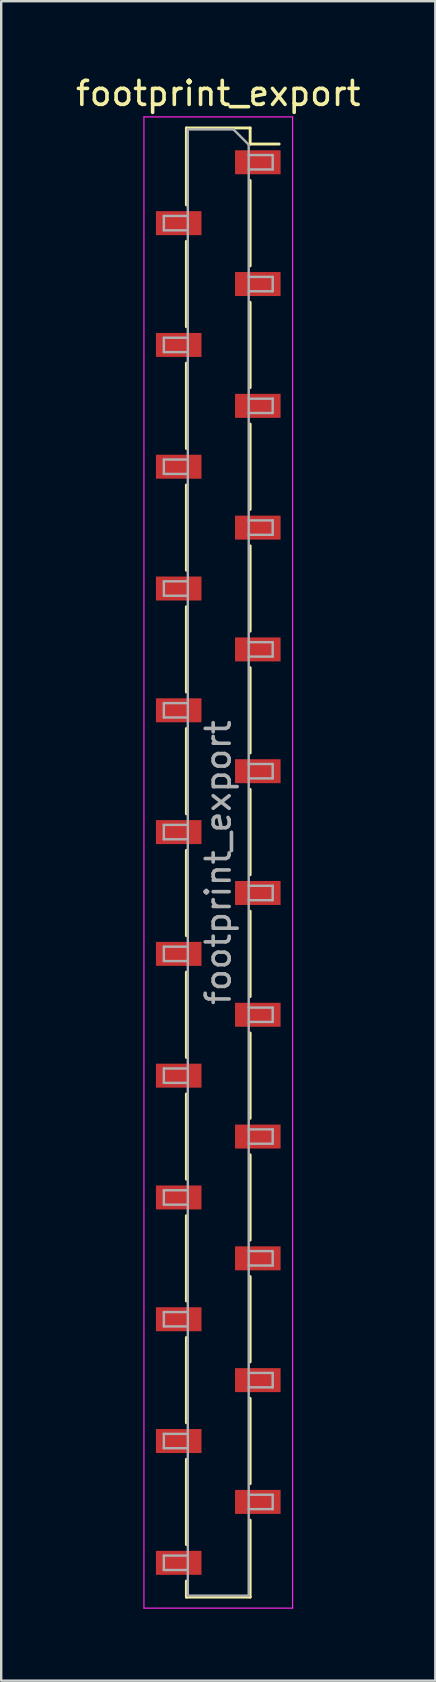
<source format=kicad_pcb>
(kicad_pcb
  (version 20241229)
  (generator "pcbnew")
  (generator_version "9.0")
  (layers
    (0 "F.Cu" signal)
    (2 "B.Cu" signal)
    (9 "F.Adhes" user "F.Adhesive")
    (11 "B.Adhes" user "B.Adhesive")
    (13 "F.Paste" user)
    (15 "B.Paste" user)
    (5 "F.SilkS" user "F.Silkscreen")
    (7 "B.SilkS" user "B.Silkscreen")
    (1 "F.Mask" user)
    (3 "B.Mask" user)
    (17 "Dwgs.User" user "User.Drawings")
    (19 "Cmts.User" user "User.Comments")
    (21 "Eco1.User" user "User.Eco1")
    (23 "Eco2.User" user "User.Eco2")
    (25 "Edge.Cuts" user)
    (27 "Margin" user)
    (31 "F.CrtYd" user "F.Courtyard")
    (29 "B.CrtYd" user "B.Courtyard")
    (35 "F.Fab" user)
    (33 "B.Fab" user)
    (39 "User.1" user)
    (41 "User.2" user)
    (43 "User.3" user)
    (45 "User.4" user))
  (footprint "footprint_export"
    (layer "F.Cu")
    (at 6.054 32.928)
    (property "Reference" "footprint_export" (at 0 -32.08 0) (layer "F.SilkS") (effects (font (size 1 1) (thickness 0.15))))
    (attr smd)
    (fp_line (start -1.33 -30.64) (end -1.33 -27.43) (stroke (width 0.12) (type solid)) (layer "F.SilkS"))
    (fp_line (start -1.33 -30.64) (end 1.33 -30.64) (stroke (width 0.12) (type solid)) (layer "F.SilkS"))
    (fp_line (start -1.33 -25.91) (end -1.33 -22.35) (stroke (width 0.12) (type solid)) (layer "F.SilkS"))
    (fp_line (start -1.33 -20.83) (end -1.33 -17.27) (stroke (width 0.12) (type solid)) (layer "F.SilkS"))
    (fp_line (start -1.33 -15.75) (end -1.33 -12.19) (stroke (width 0.12) (type solid)) (layer "F.SilkS"))
    (fp_line (start -1.33 -10.67) (end -1.33 -7.11) (stroke (width 0.12) (type solid)) (layer "F.SilkS"))
    (fp_line (start -1.33 -5.59) (end -1.33 -2.03) (stroke (width 0.12) (type solid)) (layer "F.SilkS"))
    (fp_line (start -1.33 -0.51) (end -1.33 3.05) (stroke (width 0.12) (type solid)) (layer "F.SilkS"))
    (fp_line (start -1.33 4.57) (end -1.33 8.13) (stroke (width 0.12) (type solid)) (layer "F.SilkS"))
    (fp_line (start -1.33 9.65) (end -1.33 13.21) (stroke (width 0.12) (type solid)) (layer "F.SilkS"))
    (fp_line (start -1.33 14.73) (end -1.33 18.29) (stroke (width 0.12) (type solid)) (layer "F.SilkS"))
    (fp_line (start -1.33 19.81) (end -1.33 23.37) (stroke (width 0.12) (type solid)) (layer "F.SilkS"))
    (fp_line (start -1.33 24.89) (end -1.33 28.45) (stroke (width 0.12) (type solid)) (layer "F.SilkS"))
    (fp_line (start -1.33 29.97) (end -1.33 30.64) (stroke (width 0.12) (type solid)) (layer "F.SilkS"))
    (fp_line (start -1.33 30.64) (end 1.33 30.64) (stroke (width 0.12) (type solid)) (layer "F.SilkS"))
    (fp_line (start 1.33 -30.64) (end 1.33 -29.97) (stroke (width 0.12) (type solid)) (layer "F.SilkS"))
    (fp_line (start 1.33 -29.97) (end 2.54 -29.97) (stroke (width 0.12) (type solid)) (layer "F.SilkS"))
    (fp_line (start 1.33 -28.45) (end 1.33 -24.89) (stroke (width 0.12) (type solid)) (layer "F.SilkS"))
    (fp_line (start 1.33 -23.37) (end 1.33 -19.81) (stroke (width 0.12) (type solid)) (layer "F.SilkS"))
    (fp_line (start 1.33 -18.29) (end 1.33 -14.73) (stroke (width 0.12) (type solid)) (layer "F.SilkS"))
    (fp_line (start 1.33 -13.21) (end 1.33 -9.65) (stroke (width 0.12) (type solid)) (layer "F.SilkS"))
    (fp_line (start 1.33 -8.13) (end 1.33 -4.57) (stroke (width 0.12) (type solid)) (layer "F.SilkS"))
    (fp_line (start 1.33 -3.05) (end 1.33 0.51) (stroke (width 0.12) (type solid)) (layer "F.SilkS"))
    (fp_line (start 1.33 2.03) (end 1.33 5.59) (stroke (width 0.12) (type solid)) (layer "F.SilkS"))
    (fp_line (start 1.33 7.11) (end 1.33 10.67) (stroke (width 0.12) (type solid)) (layer "F.SilkS"))
    (fp_line (start 1.33 12.19) (end 1.33 15.75) (stroke (width 0.12) (type solid)) (layer "F.SilkS"))
    (fp_line (start 1.33 17.27) (end 1.33 20.83) (stroke (width 0.12) (type solid)) (layer "F.SilkS"))
    (fp_line (start 1.33 22.35) (end 1.33 25.91) (stroke (width 0.12) (type solid)) (layer "F.SilkS"))
    (fp_line (start 1.33 27.43) (end 1.33 30.64) (stroke (width 0.12) (type solid)) (layer "F.SilkS"))
    (fp_line (start -3.1 -31.1) (end 3.1 -31.1) (stroke (width 0.05) (type solid)) (layer "F.CrtYd"))
    (fp_line (start -3.1 31.1) (end -3.1 -31.1) (stroke (width 0.05) (type solid)) (layer "F.CrtYd"))
    (fp_line (start 3.1 -31.1) (end 3.1 31.1) (stroke (width 0.05) (type solid)) (layer "F.CrtYd"))
    (fp_line (start 3.1 31.1) (end -3.1 31.1) (stroke (width 0.05) (type solid)) (layer "F.CrtYd"))
    (fp_line (start -2.27 -26.97) (end -1.27 -26.97) (stroke (width 0.1) (type solid)) (layer "F.Fab"))
    (fp_line (start -2.27 -26.37) (end -2.27 -26.97) (stroke (width 0.1) (type solid)) (layer "F.Fab"))
    (fp_line (start -2.27 -21.89) (end -1.27 -21.89) (stroke (width 0.1) (type solid)) (layer "F.Fab"))
    (fp_line (start -2.27 -21.29) (end -2.27 -21.89) (stroke (width 0.1) (type solid)) (layer "F.Fab"))
    (fp_line (start -2.27 -16.81) (end -1.27 -16.81) (stroke (width 0.1) (type solid)) (layer "F.Fab"))
    (fp_line (start -2.27 -16.21) (end -2.27 -16.81) (stroke (width 0.1) (type solid)) (layer "F.Fab"))
    (fp_line (start -2.27 -11.73) (end -1.27 -11.73) (stroke (width 0.1) (type solid)) (layer "F.Fab"))
    (fp_line (start -2.27 -11.13) (end -2.27 -11.73) (stroke (width 0.1) (type solid)) (layer "F.Fab"))
    (fp_line (start -2.27 -6.65) (end -1.27 -6.65) (stroke (width 0.1) (type solid)) (layer "F.Fab"))
    (fp_line (start -2.27 -6.05) (end -2.27 -6.65) (stroke (width 0.1) (type solid)) (layer "F.Fab"))
    (fp_line (start -2.27 -1.57) (end -1.27 -1.57) (stroke (width 0.1) (type solid)) (layer "F.Fab"))
    (fp_line (start -2.27 -0.97) (end -2.27 -1.57) (stroke (width 0.1) (type solid)) (layer "F.Fab"))
    (fp_line (start -2.27 3.51) (end -1.27 3.51) (stroke (width 0.1) (type solid)) (layer "F.Fab"))
    (fp_line (start -2.27 4.11) (end -2.27 3.51) (stroke (width 0.1) (type solid)) (layer "F.Fab"))
    (fp_line (start -2.27 8.59) (end -1.27 8.59) (stroke (width 0.1) (type solid)) (layer "F.Fab"))
    (fp_line (start -2.27 9.19) (end -2.27 8.59) (stroke (width 0.1) (type solid)) (layer "F.Fab"))
    (fp_line (start -2.27 13.67) (end -1.27 13.67) (stroke (width 0.1) (type solid)) (layer "F.Fab"))
    (fp_line (start -2.27 14.27) (end -2.27 13.67) (stroke (width 0.1) (type solid)) (layer "F.Fab"))
    (fp_line (start -2.27 18.75) (end -1.27 18.75) (stroke (width 0.1) (type solid)) (layer "F.Fab"))
    (fp_line (start -2.27 19.35) (end -2.27 18.75) (stroke (width 0.1) (type solid)) (layer "F.Fab"))
    (fp_line (start -2.27 23.83) (end -1.27 23.83) (stroke (width 0.1) (type solid)) (layer "F.Fab"))
    (fp_line (start -2.27 24.43) (end -2.27 23.83) (stroke (width 0.1) (type solid)) (layer "F.Fab"))
    (fp_line (start -2.27 28.91) (end -1.27 28.91) (stroke (width 0.1) (type solid)) (layer "F.Fab"))
    (fp_line (start -2.27 29.51) (end -2.27 28.91) (stroke (width 0.1) (type solid)) (layer "F.Fab"))
    (fp_line (start -1.27 -30.58) (end 0.635 -30.58) (stroke (width 0.1) (type solid)) (layer "F.Fab"))
    (fp_line (start -1.27 -26.37) (end -2.27 -26.37) (stroke (width 0.1) (type solid)) (layer "F.Fab"))
    (fp_line (start -1.27 -21.29) (end -2.27 -21.29) (stroke (width 0.1) (type solid)) (layer "F.Fab"))
    (fp_line (start -1.27 -16.21) (end -2.27 -16.21) (stroke (width 0.1) (type solid)) (layer "F.Fab"))
    (fp_line (start -1.27 -11.13) (end -2.27 -11.13) (stroke (width 0.1) (type solid)) (layer "F.Fab"))
    (fp_line (start -1.27 -6.05) (end -2.27 -6.05) (stroke (width 0.1) (type solid)) (layer "F.Fab"))
    (fp_line (start -1.27 -0.97) (end -2.27 -0.97) (stroke (width 0.1) (type solid)) (layer "F.Fab"))
    (fp_line (start -1.27 4.11) (end -2.27 4.11) (stroke (width 0.1) (type solid)) (layer "F.Fab"))
    (fp_line (start -1.27 9.19) (end -2.27 9.19) (stroke (width 0.1) (type solid)) (layer "F.Fab"))
    (fp_line (start -1.27 14.27) (end -2.27 14.27) (stroke (width 0.1) (type solid)) (layer "F.Fab"))
    (fp_line (start -1.27 19.35) (end -2.27 19.35) (stroke (width 0.1) (type solid)) (layer "F.Fab"))
    (fp_line (start -1.27 24.43) (end -2.27 24.43) (stroke (width 0.1) (type solid)) (layer "F.Fab"))
    (fp_line (start -1.27 29.51) (end -2.27 29.51) (stroke (width 0.1) (type solid)) (layer "F.Fab"))
    (fp_line (start -1.27 30.58) (end -1.27 -30.58) (stroke (width 0.1) (type solid)) (layer "F.Fab"))
    (fp_line (start 0.635 -30.58) (end 1.27 -29.945) (stroke (width 0.1) (type solid)) (layer "F.Fab"))
    (fp_line (start 1.27 -29.945) (end 1.27 30.58) (stroke (width 0.1) (type solid)) (layer "F.Fab"))
    (fp_line (start 1.27 -29.51) (end 2.27 -29.51) (stroke (width 0.1) (type solid)) (layer "F.Fab"))
    (fp_line (start 1.27 -24.43) (end 2.27 -24.43) (stroke (width 0.1) (type solid)) (layer "F.Fab"))
    (fp_line (start 1.27 -19.35) (end 2.27 -19.35) (stroke (width 0.1) (type solid)) (layer "F.Fab"))
    (fp_line (start 1.27 -14.27) (end 2.27 -14.27) (stroke (width 0.1) (type solid)) (layer "F.Fab"))
    (fp_line (start 1.27 -9.19) (end 2.27 -9.19) (stroke (width 0.1) (type solid)) (layer "F.Fab"))
    (fp_line (start 1.27 -4.11) (end 2.27 -4.11) (stroke (width 0.1) (type solid)) (layer "F.Fab"))
    (fp_line (start 1.27 0.97) (end 2.27 0.97) (stroke (width 0.1) (type solid)) (layer "F.Fab"))
    (fp_line (start 1.27 6.05) (end 2.27 6.05) (stroke (width 0.1) (type solid)) (layer "F.Fab"))
    (fp_line (start 1.27 11.13) (end 2.27 11.13) (stroke (width 0.1) (type solid)) (layer "F.Fab"))
    (fp_line (start 1.27 16.21) (end 2.27 16.21) (stroke (width 0.1) (type solid)) (layer "F.Fab"))
    (fp_line (start 1.27 21.29) (end 2.27 21.29) (stroke (width 0.1) (type solid)) (layer "F.Fab"))
    (fp_line (start 1.27 26.37) (end 2.27 26.37) (stroke (width 0.1) (type solid)) (layer "F.Fab"))
    (fp_line (start 1.27 30.58) (end -1.27 30.58) (stroke (width 0.1) (type solid)) (layer "F.Fab"))
    (fp_line (start 2.27 -29.51) (end 2.27 -28.91) (stroke (width 0.1) (type solid)) (layer "F.Fab"))
    (fp_line (start 2.27 -28.91) (end 1.27 -28.91) (stroke (width 0.1) (type solid)) (layer "F.Fab"))
    (fp_line (start 2.27 -24.43) (end 2.27 -23.83) (stroke (width 0.1) (type solid)) (layer "F.Fab"))
    (fp_line (start 2.27 -23.83) (end 1.27 -23.83) (stroke (width 0.1) (type solid)) (layer "F.Fab"))
    (fp_line (start 2.27 -19.35) (end 2.27 -18.75) (stroke (width 0.1) (type solid)) (layer "F.Fab"))
    (fp_line (start 2.27 -18.75) (end 1.27 -18.75) (stroke (width 0.1) (type solid)) (layer "F.Fab"))
    (fp_line (start 2.27 -14.27) (end 2.27 -13.67) (stroke (width 0.1) (type solid)) (layer "F.Fab"))
    (fp_line (start 2.27 -13.67) (end 1.27 -13.67) (stroke (width 0.1) (type solid)) (layer "F.Fab"))
    (fp_line (start 2.27 -9.19) (end 2.27 -8.59) (stroke (width 0.1) (type solid)) (layer "F.Fab"))
    (fp_line (start 2.27 -8.59) (end 1.27 -8.59) (stroke (width 0.1) (type solid)) (layer "F.Fab"))
    (fp_line (start 2.27 -4.11) (end 2.27 -3.51) (stroke (width 0.1) (type solid)) (layer "F.Fab"))
    (fp_line (start 2.27 -3.51) (end 1.27 -3.51) (stroke (width 0.1) (type solid)) (layer "F.Fab"))
    (fp_line (start 2.27 0.97) (end 2.27 1.57) (stroke (width 0.1) (type solid)) (layer "F.Fab"))
    (fp_line (start 2.27 1.57) (end 1.27 1.57) (stroke (width 0.1) (type solid)) (layer "F.Fab"))
    (fp_line (start 2.27 6.05) (end 2.27 6.65) (stroke (width 0.1) (type solid)) (layer "F.Fab"))
    (fp_line (start 2.27 6.65) (end 1.27 6.65) (stroke (width 0.1) (type solid)) (layer "F.Fab"))
    (fp_line (start 2.27 11.13) (end 2.27 11.73) (stroke (width 0.1) (type solid)) (layer "F.Fab"))
    (fp_line (start 2.27 11.73) (end 1.27 11.73) (stroke (width 0.1) (type solid)) (layer "F.Fab"))
    (fp_line (start 2.27 16.21) (end 2.27 16.81) (stroke (width 0.1) (type solid)) (layer "F.Fab"))
    (fp_line (start 2.27 16.81) (end 1.27 16.81) (stroke (width 0.1) (type solid)) (layer "F.Fab"))
    (fp_line (start 2.27 21.29) (end 2.27 21.89) (stroke (width 0.1) (type solid)) (layer "F.Fab"))
    (fp_line (start 2.27 21.89) (end 1.27 21.89) (stroke (width 0.1) (type solid)) (layer "F.Fab"))
    (fp_line (start 2.27 26.37) (end 2.27 26.97) (stroke (width 0.1) (type solid)) (layer "F.Fab"))
    (fp_line (start 2.27 26.97) (end 1.27 26.97) (stroke (width 0.1) (type solid)) (layer "F.Fab"))
    (fp_text user "${REFERENCE}" (at 0 0 90) (layer "F.Fab") (effects (font (size 1 1) (thickness 0.15))))
    (pad "1" smd rect (at 1.65 -29.21) (size 1.9 1) (layers "F.Cu" "F.Mask" "F.Paste"))
    (pad "2" smd rect (at -1.65 -26.67) (size 1.9 1) (layers "F.Cu" "F.Mask" "F.Paste"))
    (pad "3" smd rect (at 1.65 -24.13) (size 1.9 1) (layers "F.Cu" "F.Mask" "F.Paste"))
    (pad "4" smd rect (at -1.65 -21.59) (size 1.9 1) (layers "F.Cu" "F.Mask" "F.Paste"))
    (pad "5" smd rect (at 1.65 -19.05) (size 1.9 1) (layers "F.Cu" "F.Mask" "F.Paste"))
    (pad "6" smd rect (at -1.65 -16.51) (size 1.9 1) (layers "F.Cu" "F.Mask" "F.Paste"))
    (pad "7" smd rect (at 1.65 -13.97) (size 1.9 1) (layers "F.Cu" "F.Mask" "F.Paste"))
    (pad "8" smd rect (at -1.65 -11.43) (size 1.9 1) (layers "F.Cu" "F.Mask" "F.Paste"))
    (pad "9" smd rect (at 1.65 -8.89) (size 1.9 1) (layers "F.Cu" "F.Mask" "F.Paste"))
    (pad "10" smd rect (at -1.65 -6.35) (size 1.9 1) (layers "F.Cu" "F.Mask" "F.Paste"))
    (pad "11" smd rect (at 1.65 -3.81) (size 1.9 1) (layers "F.Cu" "F.Mask" "F.Paste"))
    (pad "12" smd rect (at -1.65 -1.27) (size 1.9 1) (layers "F.Cu" "F.Mask" "F.Paste"))
    (pad "13" smd rect (at 1.65 1.27) (size 1.9 1) (layers "F.Cu" "F.Mask" "F.Paste"))
    (pad "14" smd rect (at -1.65 3.81) (size 1.9 1) (layers "F.Cu" "F.Mask" "F.Paste"))
    (pad "15" smd rect (at 1.65 6.35) (size 1.9 1) (layers "F.Cu" "F.Mask" "F.Paste"))
    (pad "16" smd rect (at -1.65 8.89) (size 1.9 1) (layers "F.Cu" "F.Mask" "F.Paste"))
    (pad "17" smd rect (at 1.65 11.43) (size 1.9 1) (layers "F.Cu" "F.Mask" "F.Paste"))
    (pad "18" smd rect (at -1.65 13.97) (size 1.9 1) (layers "F.Cu" "F.Mask" "F.Paste"))
    (pad "19" smd rect (at 1.65 16.51) (size 1.9 1) (layers "F.Cu" "F.Mask" "F.Paste"))
    (pad "20" smd rect (at -1.65 19.05) (size 1.9 1) (layers "F.Cu" "F.Mask" "F.Paste"))
    (pad "21" smd rect (at 1.65 21.59) (size 1.9 1) (layers "F.Cu" "F.Mask" "F.Paste"))
    (pad "22" smd rect (at -1.65 24.13) (size 1.9 1) (layers "F.Cu" "F.Mask" "F.Paste"))
    (pad "23" smd rect (at 1.65 26.67) (size 1.9 1) (layers "F.Cu" "F.Mask" "F.Paste"))
    (pad "24" smd rect (at -1.65 29.21) (size 1.9 1) (layers "F.Cu" "F.Mask" "F.Paste")))
  (gr_rect
    (start -3 -3)
    (end 15.107 67.053)
    (stroke (width 0.1) (type default))
    (fill no)
    (layer "Edge.Cuts")))
</source>
